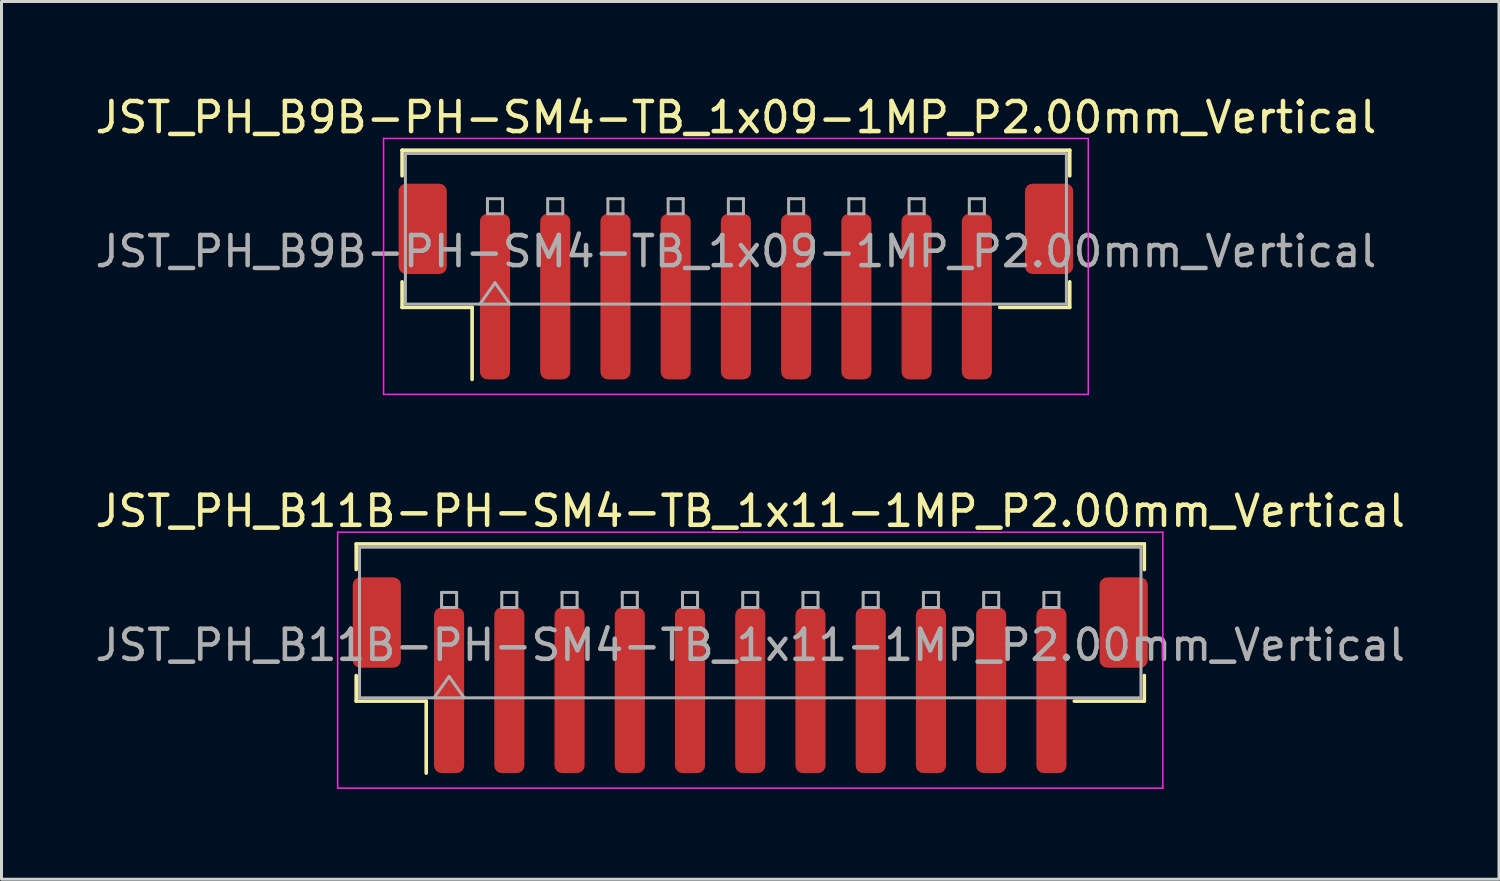
<source format=kicad_pcb>
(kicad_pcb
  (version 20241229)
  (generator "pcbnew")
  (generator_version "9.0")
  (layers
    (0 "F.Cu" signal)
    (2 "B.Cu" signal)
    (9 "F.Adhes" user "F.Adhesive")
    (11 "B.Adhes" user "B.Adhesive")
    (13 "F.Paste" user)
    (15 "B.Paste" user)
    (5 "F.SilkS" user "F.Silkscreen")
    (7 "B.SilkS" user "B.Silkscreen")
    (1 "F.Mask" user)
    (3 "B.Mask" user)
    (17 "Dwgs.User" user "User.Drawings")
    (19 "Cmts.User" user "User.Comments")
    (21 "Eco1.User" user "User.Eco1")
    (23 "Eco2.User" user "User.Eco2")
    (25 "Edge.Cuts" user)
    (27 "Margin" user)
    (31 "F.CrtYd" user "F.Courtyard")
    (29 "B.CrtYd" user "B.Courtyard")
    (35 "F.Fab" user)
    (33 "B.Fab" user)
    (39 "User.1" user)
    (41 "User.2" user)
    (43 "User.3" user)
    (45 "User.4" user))
  (footprint "JST_PH_B11B-PH-SM4-TB_1x11-1MP_P2.00mm_Vertical"
    (layer "F.Cu")
    (at 21.863 19.372)
    (property "Reference" "JST_PH_B11B-PH-SM4-TB_1x11-1MP_P2.00mm_Vertical" (at 0 -5.45 0) (layer "F.SilkS") (effects (font (size 1 1) (thickness 0.15))))
    (attr smd)
    (fp_line (start -13.085 -4.36) (end 13.085 -4.36) (stroke (width 0.12) (type solid)) (layer "F.SilkS"))
    (fp_line (start -13.085 -3.51) (end -13.085 -4.36) (stroke (width 0.12) (type solid)) (layer "F.SilkS"))
    (fp_line (start -13.085 0.01) (end -13.085 0.86) (stroke (width 0.12) (type solid)) (layer "F.SilkS"))
    (fp_line (start -13.085 0.86) (end -10.76 0.86) (stroke (width 0.12) (type solid)) (layer "F.SilkS"))
    (fp_line (start -10.76 0.86) (end -10.76 3.25) (stroke (width 0.12) (type solid)) (layer "F.SilkS"))
    (fp_line (start 13.085 -4.36) (end 13.085 -3.51) (stroke (width 0.12) (type solid)) (layer "F.SilkS"))
    (fp_line (start 13.085 0.01) (end 13.085 0.86) (stroke (width 0.12) (type solid)) (layer "F.SilkS"))
    (fp_line (start 13.085 0.86) (end 10.76 0.86) (stroke (width 0.12) (type solid)) (layer "F.SilkS"))
    (fp_line (start -13.7 -4.75) (end -13.7 3.75) (stroke (width 0.05) (type solid)) (layer "F.CrtYd"))
    (fp_line (start -13.7 3.75) (end 13.7 3.75) (stroke (width 0.05) (type solid)) (layer "F.CrtYd"))
    (fp_line (start 13.7 -4.75) (end -13.7 -4.75) (stroke (width 0.05) (type solid)) (layer "F.CrtYd"))
    (fp_line (start 13.7 3.75) (end 13.7 -4.75) (stroke (width 0.05) (type solid)) (layer "F.CrtYd"))
    (fp_line (start -12.975 -4.25) (end 12.975 -4.25) (stroke (width 0.1) (type solid)) (layer "F.Fab"))
    (fp_line (start -12.975 0.75) (end -12.975 -4.25) (stroke (width 0.1) (type solid)) (layer "F.Fab"))
    (fp_line (start -12.975 0.75) (end 12.975 0.75) (stroke (width 0.1) (type solid)) (layer "F.Fab"))
    (fp_line (start -10.5 0.75) (end -10 0.043) (stroke (width 0.1) (type solid)) (layer "F.Fab"))
    (fp_line (start -10.25 -2.75) (end -10.25 -2.25) (stroke (width 0.1) (type solid)) (layer "F.Fab"))
    (fp_line (start -10.25 -2.25) (end -9.75 -2.25) (stroke (width 0.1) (type solid)) (layer "F.Fab"))
    (fp_line (start -10 0.043) (end -9.5 0.75) (stroke (width 0.1) (type solid)) (layer "F.Fab"))
    (fp_line (start -9.75 -2.75) (end -10.25 -2.75) (stroke (width 0.1) (type solid)) (layer "F.Fab"))
    (fp_line (start -9.75 -2.25) (end -9.75 -2.75) (stroke (width 0.1) (type solid)) (layer "F.Fab"))
    (fp_line (start -8.25 -2.75) (end -8.25 -2.25) (stroke (width 0.1) (type solid)) (layer "F.Fab"))
    (fp_line (start -8.25 -2.25) (end -7.75 -2.25) (stroke (width 0.1) (type solid)) (layer "F.Fab"))
    (fp_line (start -7.75 -2.75) (end -8.25 -2.75) (stroke (width 0.1) (type solid)) (layer "F.Fab"))
    (fp_line (start -7.75 -2.25) (end -7.75 -2.75) (stroke (width 0.1) (type solid)) (layer "F.Fab"))
    (fp_line (start -6.25 -2.75) (end -6.25 -2.25) (stroke (width 0.1) (type solid)) (layer "F.Fab"))
    (fp_line (start -6.25 -2.25) (end -5.75 -2.25) (stroke (width 0.1) (type solid)) (layer "F.Fab"))
    (fp_line (start -5.75 -2.75) (end -6.25 -2.75) (stroke (width 0.1) (type solid)) (layer "F.Fab"))
    (fp_line (start -5.75 -2.25) (end -5.75 -2.75) (stroke (width 0.1) (type solid)) (layer "F.Fab"))
    (fp_line (start -4.25 -2.75) (end -4.25 -2.25) (stroke (width 0.1) (type solid)) (layer "F.Fab"))
    (fp_line (start -4.25 -2.25) (end -3.75 -2.25) (stroke (width 0.1) (type solid)) (layer "F.Fab"))
    (fp_line (start -3.75 -2.75) (end -4.25 -2.75) (stroke (width 0.1) (type solid)) (layer "F.Fab"))
    (fp_line (start -3.75 -2.25) (end -3.75 -2.75) (stroke (width 0.1) (type solid)) (layer "F.Fab"))
    (fp_line (start -2.25 -2.75) (end -2.25 -2.25) (stroke (width 0.1) (type solid)) (layer "F.Fab"))
    (fp_line (start -2.25 -2.25) (end -1.75 -2.25) (stroke (width 0.1) (type solid)) (layer "F.Fab"))
    (fp_line (start -1.75 -2.75) (end -2.25 -2.75) (stroke (width 0.1) (type solid)) (layer "F.Fab"))
    (fp_line (start -1.75 -2.25) (end -1.75 -2.75) (stroke (width 0.1) (type solid)) (layer "F.Fab"))
    (fp_line (start -0.25 -2.75) (end -0.25 -2.25) (stroke (width 0.1) (type solid)) (layer "F.Fab"))
    (fp_line (start -0.25 -2.25) (end 0.25 -2.25) (stroke (width 0.1) (type solid)) (layer "F.Fab"))
    (fp_line (start 0.25 -2.75) (end -0.25 -2.75) (stroke (width 0.1) (type solid)) (layer "F.Fab"))
    (fp_line (start 0.25 -2.25) (end 0.25 -2.75) (stroke (width 0.1) (type solid)) (layer "F.Fab"))
    (fp_line (start 1.75 -2.75) (end 1.75 -2.25) (stroke (width 0.1) (type solid)) (layer "F.Fab"))
    (fp_line (start 1.75 -2.25) (end 2.25 -2.25) (stroke (width 0.1) (type solid)) (layer "F.Fab"))
    (fp_line (start 2.25 -2.75) (end 1.75 -2.75) (stroke (width 0.1) (type solid)) (layer "F.Fab"))
    (fp_line (start 2.25 -2.25) (end 2.25 -2.75) (stroke (width 0.1) (type solid)) (layer "F.Fab"))
    (fp_line (start 3.75 -2.75) (end 3.75 -2.25) (stroke (width 0.1) (type solid)) (layer "F.Fab"))
    (fp_line (start 3.75 -2.25) (end 4.25 -2.25) (stroke (width 0.1) (type solid)) (layer "F.Fab"))
    (fp_line (start 4.25 -2.75) (end 3.75 -2.75) (stroke (width 0.1) (type solid)) (layer "F.Fab"))
    (fp_line (start 4.25 -2.25) (end 4.25 -2.75) (stroke (width 0.1) (type solid)) (layer "F.Fab"))
    (fp_line (start 5.75 -2.75) (end 5.75 -2.25) (stroke (width 0.1) (type solid)) (layer "F.Fab"))
    (fp_line (start 5.75 -2.25) (end 6.25 -2.25) (stroke (width 0.1) (type solid)) (layer "F.Fab"))
    (fp_line (start 6.25 -2.75) (end 5.75 -2.75) (stroke (width 0.1) (type solid)) (layer "F.Fab"))
    (fp_line (start 6.25 -2.25) (end 6.25 -2.75) (stroke (width 0.1) (type solid)) (layer "F.Fab"))
    (fp_line (start 7.75 -2.75) (end 7.75 -2.25) (stroke (width 0.1) (type solid)) (layer "F.Fab"))
    (fp_line (start 7.75 -2.25) (end 8.25 -2.25) (stroke (width 0.1) (type solid)) (layer "F.Fab"))
    (fp_line (start 8.25 -2.75) (end 7.75 -2.75) (stroke (width 0.1) (type solid)) (layer "F.Fab"))
    (fp_line (start 8.25 -2.25) (end 8.25 -2.75) (stroke (width 0.1) (type solid)) (layer "F.Fab"))
    (fp_line (start 9.75 -2.75) (end 9.75 -2.25) (stroke (width 0.1) (type solid)) (layer "F.Fab"))
    (fp_line (start 9.75 -2.25) (end 10.25 -2.25) (stroke (width 0.1) (type solid)) (layer "F.Fab"))
    (fp_line (start 10.25 -2.75) (end 9.75 -2.75) (stroke (width 0.1) (type solid)) (layer "F.Fab"))
    (fp_line (start 10.25 -2.25) (end 10.25 -2.75) (stroke (width 0.1) (type solid)) (layer "F.Fab"))
    (fp_line (start 12.975 0.75) (end 12.975 -4.25) (stroke (width 0.1) (type solid)) (layer "F.Fab"))
    (fp_text user "${REFERENCE}" (at 0 -1 0) (layer "F.Fab") (effects (font (size 1 1) (thickness 0.15))))
    (pad "1" smd roundrect (at -10 0.5) (size 1 5.5) (layers "F.Cu" "F.Mask" "F.Paste") (roundrect_rratio 0.25))
    (pad "2" smd roundrect (at -8 0.5) (size 1 5.5) (layers "F.Cu" "F.Mask" "F.Paste") (roundrect_rratio 0.25))
    (pad "3" smd roundrect (at -6 0.5) (size 1 5.5) (layers "F.Cu" "F.Mask" "F.Paste") (roundrect_rratio 0.25))
    (pad "4" smd roundrect (at -4 0.5) (size 1 5.5) (layers "F.Cu" "F.Mask" "F.Paste") (roundrect_rratio 0.25))
    (pad "5" smd roundrect (at -2 0.5) (size 1 5.5) (layers "F.Cu" "F.Mask" "F.Paste") (roundrect_rratio 0.25))
    (pad "6" smd roundrect (at 0 0.5) (size 1 5.5) (layers "F.Cu" "F.Mask" "F.Paste") (roundrect_rratio 0.25))
    (pad "7" smd roundrect (at 2 0.5) (size 1 5.5) (layers "F.Cu" "F.Mask" "F.Paste") (roundrect_rratio 0.25))
    (pad "8" smd roundrect (at 4 0.5) (size 1 5.5) (layers "F.Cu" "F.Mask" "F.Paste") (roundrect_rratio 0.25))
    (pad "9" smd roundrect (at 6 0.5) (size 1 5.5) (layers "F.Cu" "F.Mask" "F.Paste") (roundrect_rratio 0.25))
    (pad "10" smd roundrect (at 8 0.5) (size 1 5.5) (layers "F.Cu" "F.Mask" "F.Paste") (roundrect_rratio 0.25))
    (pad "11" smd roundrect (at 10 0.5) (size 1 5.5) (layers "F.Cu" "F.Mask" "F.Paste") (roundrect_rratio 0.25))
    (pad "MP" smd roundrect (at -12.4 -1.75) (size 1.6 3) (layers "F.Cu" "F.Mask" "F.Paste") (roundrect_rratio 0.156))
    (pad "MP" smd roundrect (at 12.4 -1.75) (size 1.6 3) (layers "F.Cu" "F.Mask" "F.Paste") (roundrect_rratio 0.156)))
  (footprint "JST_PH_B9B-PH-SM4-TB_1x09-1MP_P2.00mm_Vertical"
    (layer "F.Cu")
    (at 21.387 6.298)
    (property "Reference" "JST_PH_B9B-PH-SM4-TB_1x09-1MP_P2.00mm_Vertical" (at 0 -5.45 0) (layer "F.SilkS") (effects (font (size 1 1) (thickness 0.15))))
    (attr smd)
    (fp_line (start -11.085 -4.36) (end 11.085 -4.36) (stroke (width 0.12) (type solid)) (layer "F.SilkS"))
    (fp_line (start -11.085 -3.51) (end -11.085 -4.36) (stroke (width 0.12) (type solid)) (layer "F.SilkS"))
    (fp_line (start -11.085 0.01) (end -11.085 0.86) (stroke (width 0.12) (type solid)) (layer "F.SilkS"))
    (fp_line (start -11.085 0.86) (end -8.76 0.86) (stroke (width 0.12) (type solid)) (layer "F.SilkS"))
    (fp_line (start -8.76 0.86) (end -8.76 3.25) (stroke (width 0.12) (type solid)) (layer "F.SilkS"))
    (fp_line (start 11.085 -4.36) (end 11.085 -3.51) (stroke (width 0.12) (type solid)) (layer "F.SilkS"))
    (fp_line (start 11.085 0.01) (end 11.085 0.86) (stroke (width 0.12) (type solid)) (layer "F.SilkS"))
    (fp_line (start 11.085 0.86) (end 8.76 0.86) (stroke (width 0.12) (type solid)) (layer "F.SilkS"))
    (fp_line (start -11.7 -4.75) (end -11.7 3.75) (stroke (width 0.05) (type solid)) (layer "F.CrtYd"))
    (fp_line (start -11.7 3.75) (end 11.7 3.75) (stroke (width 0.05) (type solid)) (layer "F.CrtYd"))
    (fp_line (start 11.7 -4.75) (end -11.7 -4.75) (stroke (width 0.05) (type solid)) (layer "F.CrtYd"))
    (fp_line (start 11.7 3.75) (end 11.7 -4.75) (stroke (width 0.05) (type solid)) (layer "F.CrtYd"))
    (fp_line (start -10.975 -4.25) (end 10.975 -4.25) (stroke (width 0.1) (type solid)) (layer "F.Fab"))
    (fp_line (start -10.975 0.75) (end -10.975 -4.25) (stroke (width 0.1) (type solid)) (layer "F.Fab"))
    (fp_line (start -10.975 0.75) (end 10.975 0.75) (stroke (width 0.1) (type solid)) (layer "F.Fab"))
    (fp_line (start -8.5 0.75) (end -8 0.043) (stroke (width 0.1) (type solid)) (layer "F.Fab"))
    (fp_line (start -8.25 -2.75) (end -8.25 -2.25) (stroke (width 0.1) (type solid)) (layer "F.Fab"))
    (fp_line (start -8.25 -2.25) (end -7.75 -2.25) (stroke (width 0.1) (type solid)) (layer "F.Fab"))
    (fp_line (start -8 0.043) (end -7.5 0.75) (stroke (width 0.1) (type solid)) (layer "F.Fab"))
    (fp_line (start -7.75 -2.75) (end -8.25 -2.75) (stroke (width 0.1) (type solid)) (layer "F.Fab"))
    (fp_line (start -7.75 -2.25) (end -7.75 -2.75) (stroke (width 0.1) (type solid)) (layer "F.Fab"))
    (fp_line (start -6.25 -2.75) (end -6.25 -2.25) (stroke (width 0.1) (type solid)) (layer "F.Fab"))
    (fp_line (start -6.25 -2.25) (end -5.75 -2.25) (stroke (width 0.1) (type solid)) (layer "F.Fab"))
    (fp_line (start -5.75 -2.75) (end -6.25 -2.75) (stroke (width 0.1) (type solid)) (layer "F.Fab"))
    (fp_line (start -5.75 -2.25) (end -5.75 -2.75) (stroke (width 0.1) (type solid)) (layer "F.Fab"))
    (fp_line (start -4.25 -2.75) (end -4.25 -2.25) (stroke (width 0.1) (type solid)) (layer "F.Fab"))
    (fp_line (start -4.25 -2.25) (end -3.75 -2.25) (stroke (width 0.1) (type solid)) (layer "F.Fab"))
    (fp_line (start -3.75 -2.75) (end -4.25 -2.75) (stroke (width 0.1) (type solid)) (layer "F.Fab"))
    (fp_line (start -3.75 -2.25) (end -3.75 -2.75) (stroke (width 0.1) (type solid)) (layer "F.Fab"))
    (fp_line (start -2.25 -2.75) (end -2.25 -2.25) (stroke (width 0.1) (type solid)) (layer "F.Fab"))
    (fp_line (start -2.25 -2.25) (end -1.75 -2.25) (stroke (width 0.1) (type solid)) (layer "F.Fab"))
    (fp_line (start -1.75 -2.75) (end -2.25 -2.75) (stroke (width 0.1) (type solid)) (layer "F.Fab"))
    (fp_line (start -1.75 -2.25) (end -1.75 -2.75) (stroke (width 0.1) (type solid)) (layer "F.Fab"))
    (fp_line (start -0.25 -2.75) (end -0.25 -2.25) (stroke (width 0.1) (type solid)) (layer "F.Fab"))
    (fp_line (start -0.25 -2.25) (end 0.25 -2.25) (stroke (width 0.1) (type solid)) (layer "F.Fab"))
    (fp_line (start 0.25 -2.75) (end -0.25 -2.75) (stroke (width 0.1) (type solid)) (layer "F.Fab"))
    (fp_line (start 0.25 -2.25) (end 0.25 -2.75) (stroke (width 0.1) (type solid)) (layer "F.Fab"))
    (fp_line (start 1.75 -2.75) (end 1.75 -2.25) (stroke (width 0.1) (type solid)) (layer "F.Fab"))
    (fp_line (start 1.75 -2.25) (end 2.25 -2.25) (stroke (width 0.1) (type solid)) (layer "F.Fab"))
    (fp_line (start 2.25 -2.75) (end 1.75 -2.75) (stroke (width 0.1) (type solid)) (layer "F.Fab"))
    (fp_line (start 2.25 -2.25) (end 2.25 -2.75) (stroke (width 0.1) (type solid)) (layer "F.Fab"))
    (fp_line (start 3.75 -2.75) (end 3.75 -2.25) (stroke (width 0.1) (type solid)) (layer "F.Fab"))
    (fp_line (start 3.75 -2.25) (end 4.25 -2.25) (stroke (width 0.1) (type solid)) (layer "F.Fab"))
    (fp_line (start 4.25 -2.75) (end 3.75 -2.75) (stroke (width 0.1) (type solid)) (layer "F.Fab"))
    (fp_line (start 4.25 -2.25) (end 4.25 -2.75) (stroke (width 0.1) (type solid)) (layer "F.Fab"))
    (fp_line (start 5.75 -2.75) (end 5.75 -2.25) (stroke (width 0.1) (type solid)) (layer "F.Fab"))
    (fp_line (start 5.75 -2.25) (end 6.25 -2.25) (stroke (width 0.1) (type solid)) (layer "F.Fab"))
    (fp_line (start 6.25 -2.75) (end 5.75 -2.75) (stroke (width 0.1) (type solid)) (layer "F.Fab"))
    (fp_line (start 6.25 -2.25) (end 6.25 -2.75) (stroke (width 0.1) (type solid)) (layer "F.Fab"))
    (fp_line (start 7.75 -2.75) (end 7.75 -2.25) (stroke (width 0.1) (type solid)) (layer "F.Fab"))
    (fp_line (start 7.75 -2.25) (end 8.25 -2.25) (stroke (width 0.1) (type solid)) (layer "F.Fab"))
    (fp_line (start 8.25 -2.75) (end 7.75 -2.75) (stroke (width 0.1) (type solid)) (layer "F.Fab"))
    (fp_line (start 8.25 -2.25) (end 8.25 -2.75) (stroke (width 0.1) (type solid)) (layer "F.Fab"))
    (fp_line (start 10.975 0.75) (end 10.975 -4.25) (stroke (width 0.1) (type solid)) (layer "F.Fab"))
    (fp_text user "${REFERENCE}" (at 0 -1 0) (layer "F.Fab") (effects (font (size 1 1) (thickness 0.15))))
    (pad "1" smd roundrect (at -8 0.5) (size 1 5.5) (layers "F.Cu" "F.Mask" "F.Paste") (roundrect_rratio 0.25))
    (pad "2" smd roundrect (at -6 0.5) (size 1 5.5) (layers "F.Cu" "F.Mask" "F.Paste") (roundrect_rratio 0.25))
    (pad "3" smd roundrect (at -4 0.5) (size 1 5.5) (layers "F.Cu" "F.Mask" "F.Paste") (roundrect_rratio 0.25))
    (pad "4" smd roundrect (at -2 0.5) (size 1 5.5) (layers "F.Cu" "F.Mask" "F.Paste") (roundrect_rratio 0.25))
    (pad "5" smd roundrect (at 0 0.5) (size 1 5.5) (layers "F.Cu" "F.Mask" "F.Paste") (roundrect_rratio 0.25))
    (pad "6" smd roundrect (at 2 0.5) (size 1 5.5) (layers "F.Cu" "F.Mask" "F.Paste") (roundrect_rratio 0.25))
    (pad "7" smd roundrect (at 4 0.5) (size 1 5.5) (layers "F.Cu" "F.Mask" "F.Paste") (roundrect_rratio 0.25))
    (pad "8" smd roundrect (at 6 0.5) (size 1 5.5) (layers "F.Cu" "F.Mask" "F.Paste") (roundrect_rratio 0.25))
    (pad "9" smd roundrect (at 8 0.5) (size 1 5.5) (layers "F.Cu" "F.Mask" "F.Paste") (roundrect_rratio 0.25))
    (pad "MP" smd roundrect (at -10.4 -1.75) (size 1.6 3) (layers "F.Cu" "F.Mask" "F.Paste") (roundrect_rratio 0.156))
    (pad "MP" smd roundrect (at 10.4 -1.75) (size 1.6 3) (layers "F.Cu" "F.Mask" "F.Paste") (roundrect_rratio 0.156)))
  (gr_rect
    (start -3 -3)
    (end 46.726 26.146)
    (stroke (width 0.1) (type default))
    (fill no)
    (layer "Edge.Cuts")))
</source>
